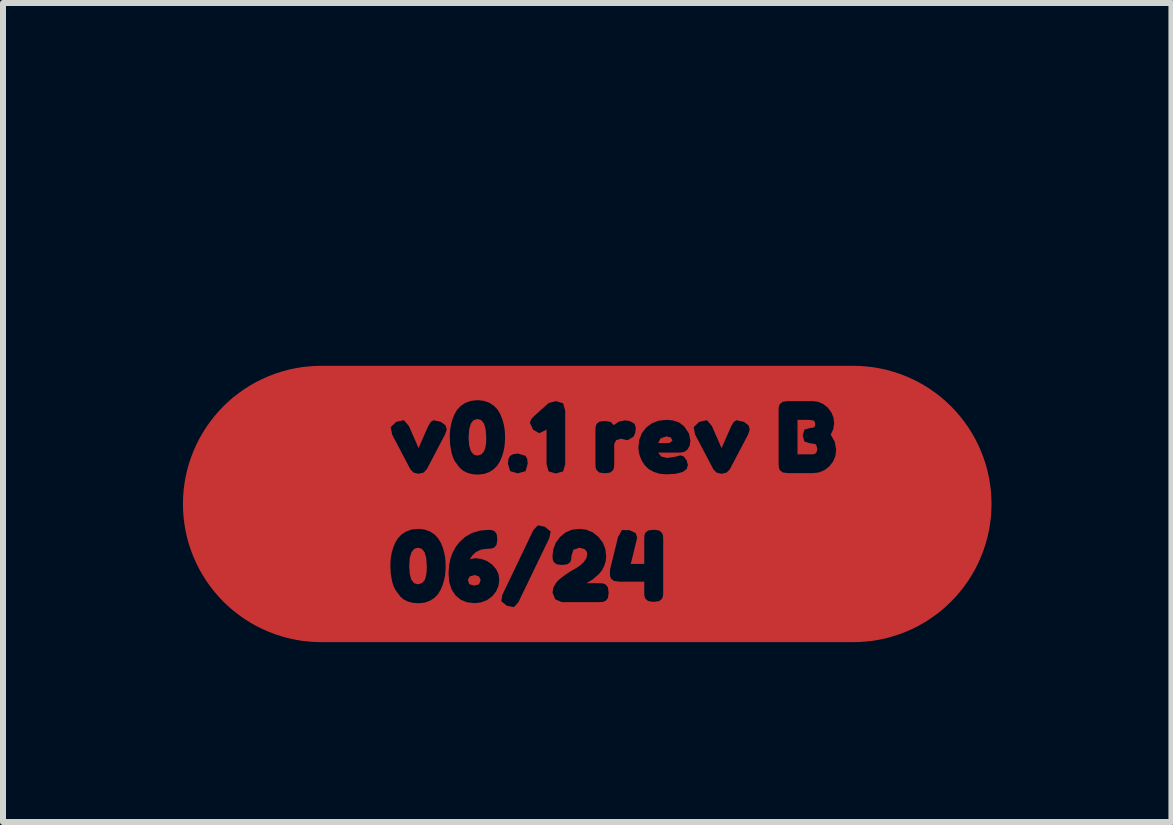
<source format=kicad_pcb>
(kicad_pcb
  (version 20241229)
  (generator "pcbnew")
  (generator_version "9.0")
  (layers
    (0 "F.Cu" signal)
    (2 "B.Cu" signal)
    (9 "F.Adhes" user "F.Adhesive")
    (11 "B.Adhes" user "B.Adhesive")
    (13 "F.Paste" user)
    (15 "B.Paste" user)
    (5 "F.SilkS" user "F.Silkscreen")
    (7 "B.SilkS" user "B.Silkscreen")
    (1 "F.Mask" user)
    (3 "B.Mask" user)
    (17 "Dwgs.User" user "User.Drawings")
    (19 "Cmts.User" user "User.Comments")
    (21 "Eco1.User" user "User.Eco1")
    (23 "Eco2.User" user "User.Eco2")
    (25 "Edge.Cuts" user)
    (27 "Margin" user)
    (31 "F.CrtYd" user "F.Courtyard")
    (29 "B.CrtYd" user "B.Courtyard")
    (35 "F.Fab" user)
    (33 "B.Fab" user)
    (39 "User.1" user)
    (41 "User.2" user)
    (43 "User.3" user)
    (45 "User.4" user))
  (footprint "kibuzzard-6678BD58"
    (layer "F.Cu")
    (at 6.741 5.353)
    (property "Reference" "kibuzzard-6678BD58" (at 0 -5.352 0) (layer "F.SilkS") (effects (font (size 0.001 0.001) (thickness 0.15))))
    (attr board_only exclude_from_pos_files exclude_from_bom)
    (fp_poly (pts (xy 1.183 -1.017) (xy 1.375 -1.017) (xy 1.421 -1.058) (xy 1.394 -1.109) (xy 1.32 -1.127) (xy 1.223 -1.094) (xy 1.183 -1.017)) (stroke (width 0) (type solid)) (fill yes) (layer "F.Cu"))
    (fp_poly (pts (xy -1.777 1.27) (xy -1.804 1.209) (xy -1.875 1.185) (xy -1.959 1.208) (xy -1.99 1.266) (xy -1.966 1.338) (xy -1.885 1.361) (xy -1.803 1.339) (xy -1.777 1.27)) (stroke (width 0) (type solid)) (fill yes) (layer "F.Cu"))
    (fp_poly (pts (xy -2.822 1.34) (xy -2.751 1.317) (xy -2.707 1.264) (xy -2.685 1.187) (xy -2.676 1.112) (xy -2.675 1.043) (xy -2.675 1.034) (xy -2.684 0.901) (xy -2.711 0.805) (xy -2.757 0.748) (xy -2.821 0.729) (xy -2.885 0.748) (xy -2.931 0.806) (xy -2.959 0.902) (xy -2.968 1.036) (xy -2.959 1.169) (xy -2.932 1.264) (xy -2.886 1.321) (xy -2.822 1.34)) (stroke (width 0) (type solid)) (fill yes) (layer "F.Cu"))
    (fp_poly (pts (xy -1.832 -0.806) (xy -1.761 -0.829) (xy -1.717 -0.882) (xy -1.694 -0.959) (xy -1.685 -1.034) (xy -1.684 -1.103) (xy -1.684 -1.112) (xy -1.693 -1.245) (xy -1.721 -1.341) (xy -1.766 -1.398) (xy -1.83 -1.417) (xy -1.895 -1.398) (xy -1.941 -1.34) (xy -1.968 -1.244) (xy -1.978 -1.11) (xy -1.969 -0.977) (xy -1.941 -0.882) (xy -1.896 -0.825) (xy -1.832 -0.806)) (stroke (width 0) (type solid)) (fill yes) (layer "F.Cu"))
    (fp_poly (pts (xy 3.506 -0.828) (xy 3.751 -0.828) (xy 3.775 -0.83) (xy 3.802 -0.839) (xy 3.827 -0.869) (xy 3.837 -0.923) (xy 3.815 -0.994) (xy 3.742 -1.01) (xy 3.72 -1.01) (xy 3.622 -1.04) (xy 3.593 -1.142) (xy 3.624 -1.241) (xy 3.729 -1.27) (xy 3.749 -1.27) (xy 3.791 -1.282) (xy 3.803 -1.335) (xy 3.785 -1.388) (xy 3.713 -1.402) (xy 3.506 -1.402) (xy 3.506 -0.828)) (stroke (width 0) (type solid)) (fill yes) (layer "F.Cu"))
    (fp_poly (pts (xy -3.293 -2.304) (xy -4.437 -2.304) (xy -4.55 -2.301) (xy -4.663 -2.292) (xy -4.775 -2.279) (xy -4.887 -2.259) (xy -4.997 -2.235) (xy -5.106 -2.204) (xy -5.213 -2.169) (xy -5.319 -2.128) (xy -5.422 -2.082) (xy -5.523 -2.032) (xy -5.621 -1.976) (xy -5.717 -1.915) (xy -5.809 -1.85) (xy -5.899 -1.781) (xy -5.984 -1.707) (xy -6.066 -1.629) (xy -6.144 -1.547) (xy -6.218 -1.461) (xy -6.287 -1.372) (xy -6.353 -1.28) (xy -6.413 -1.184) (xy -6.469 -1.086) (xy -6.52 -0.985) (xy -6.565 -0.882) (xy -6.606 -0.776) (xy -6.642 -0.669) (xy -6.672 -0.56) (xy -6.697 -0.449) (xy -6.716 -0.338) (xy -6.73 -0.226) (xy -6.738 -0.113) (xy -6.741 0) (xy -6.738 0.113) (xy -6.73 0.226) (xy -6.716 0.338) (xy -6.697 0.449) (xy -6.672 0.56) (xy -6.642 0.669) (xy -6.606 0.776) (xy -6.565 0.882) (xy -6.52 0.985) (xy -6.469 1.086) (xy -6.413 1.184) (xy -6.353 1.28) (xy -6.287 1.372) (xy -6.218 1.461) (xy -6.144 1.547) (xy -6.066 1.629) (xy -5.984 1.707) (xy -5.899 1.781) (xy -5.809 1.85) (xy -5.717 1.915) (xy -5.621 1.976) (xy -5.523 2.032) (xy -5.422 2.082) (xy -5.319 2.128) (xy -5.213 2.169) (xy -5.106 2.204) (xy -4.997 2.235) (xy -4.887 2.259) (xy -4.775 2.279) (xy -4.663 2.292) (xy -4.55 2.301) (xy -4.437 2.304) (xy -3.293 2.304) (xy -2.815 2.304) (xy -2.815 1.656) (xy -2.907 1.648) (xy -2.989 1.627) (xy -3.059 1.592) (xy -3.115 1.545) (xy -3.199 1.432) (xy -3.23 1.367) (xy -3.252 1.296) (xy -3.276 1.16) (xy -3.282 1.034) (xy -3.28 0.962) (xy -3.274 0.89) (xy -3.26 0.814) (xy -3.235 0.729) (xy -3.201 0.645) (xy -3.157 0.573) (xy -3.099 0.511) (xy -3.021 0.46) (xy -2.927 0.426) (xy -2.819 0.415) (xy -2.812 0.415) (xy -2.812 -0.504) (xy -2.895 -0.523) (xy -2.949 -0.579) (xy -3.253 -1.158) (xy -3.277 -1.281) (xy -3.185 -1.369) (xy -3.057 -1.397) (xy -2.973 -1.299) (xy -2.812 -0.931) (xy -2.651 -1.299) (xy -2.61 -1.366) (xy -2.565 -1.397) (xy -2.439 -1.369) (xy -2.363 -1.311) (xy -2.342 -1.242) (xy -2.371 -1.158) (xy -2.675 -0.579) (xy -2.729 -0.523) (xy -2.812 -0.504) (xy -2.812 0.415) (xy -2.714 0.426) (xy -2.621 0.459) (xy -2.545 0.509) (xy -2.488 0.57) (xy -2.444 0.642) (xy -2.409 0.724) (xy -2.385 0.809) (xy -2.37 0.887) (xy -2.363 0.961) (xy -2.361 1.036) (xy -2.363 1.113) (xy -2.371 1.19) (xy -2.386 1.269) (xy -2.411 1.353) (xy -2.446 1.434) (xy -2.489 1.505) (xy -2.546 1.564) (xy -2.621 1.613) (xy -2.712 1.645) (xy -2.815 1.656) (xy -2.815 2.304) (xy -1.878 2.304) (xy -1.878 1.654) (xy -2.004 1.639) (xy -2.11 1.596) (xy -2.197 1.523) (xy -2.261 1.424) (xy -2.3 1.304) (xy -2.312 1.161) (xy -2.305 1.036) (xy -2.283 0.921) (xy -2.246 0.816) (xy -2.195 0.72) (xy -2.129 0.634) (xy -2.03 0.546) (xy -1.917 0.482) (xy -1.825 0.455) (xy -1.825 -0.49) (xy -1.916 -0.497) (xy -1.998 -0.519) (xy -2.068 -0.554) (xy -2.124 -0.601) (xy -2.209 -0.714) (xy -2.239 -0.779) (xy -2.261 -0.85) (xy -2.285 -0.986) (xy -2.292 -1.112) (xy -2.29 -1.184) (xy -2.283 -1.256) (xy -2.269 -1.332) (xy -2.245 -1.417) (xy -2.21 -1.501) (xy -2.167 -1.573) (xy -2.109 -1.635) (xy -2.031 -1.686) (xy -1.936 -1.72) (xy -1.828 -1.731) (xy -1.723 -1.72) (xy -1.631 -1.687) (xy -1.555 -1.637) (xy -1.497 -1.576) (xy -1.453 -1.504) (xy -1.419 -1.421) (xy -1.394 -1.337) (xy -1.379 -1.259) (xy -1.372 -1.185) (xy -1.37 -1.11) (xy -1.373 -1.033) (xy -1.38 -0.956) (xy -1.395 -0.877) (xy -1.421 -0.793) (xy -1.455 -0.712) (xy -1.499 -0.641) (xy -1.556 -0.582) (xy -1.631 -0.533) (xy -1.721 -0.501) (xy -1.825 -0.49) (xy -1.825 0.455) (xy -1.79 0.444) (xy -1.65 0.432) (xy -1.592 0.435) (xy -1.547 0.452) (xy -1.51 0.5) (xy -1.499 0.59) (xy -1.511 0.679) (xy -1.55 0.727) (xy -1.597 0.743) (xy -1.657 0.746) (xy -1.77 0.76) (xy -1.855 0.801) (xy -1.916 0.858) (xy -1.957 0.921) (xy -1.866 0.904) (xy -1.763 0.916) (xy -1.67 0.952) (xy -1.585 1.011) (xy -1.519 1.087) (xy -1.479 1.17) (xy -1.466 1.261) (xy -1.479 1.365) (xy -1.519 1.458) (xy -1.585 1.54) (xy -1.671 1.603) (xy -1.769 1.641) (xy -1.878 1.654) (xy -1.878 2.304) (xy -1.221 2.304) (xy -1.221 1.72) (xy -1.339 1.697) (xy -1.433 1.622) (xy -1.415 1.515) (xy -1.157 0.977) (xy -1.157 -0.511) (xy -1.285 -0.547) (xy -1.322 -0.672) (xy -1.313 -0.752) (xy -1.285 -0.803) (xy -1.234 -0.831) (xy -1.155 -0.84) (xy -1.028 -0.803) (xy -1.001 -0.753) (xy -0.992 -0.674) (xy -1.029 -0.547) (xy -1.157 -0.511) (xy -1.157 0.977) (xy -0.9 0.439) (xy -0.823 0.355) (xy -0.706 0.38) (xy -0.609 0.46) (xy -0.633 0.571) (xy -1.147 1.637) (xy -1.221 1.72) (xy -1.221 2.304) (xy -0.422 2.304) (xy -0.422 1.637) (xy -0.532 1.59) (xy -0.579 1.477) (xy -0.563 1.39) (xy -0.517 1.311) (xy -0.457 1.25) (xy -0.374 1.186) (xy -0.284 1.127) (xy -0.201 1.079) (xy -0.126 1.031) (xy -0.061 0.973) (xy -0.015 0.908) (xy 0 0.842) (xy -0.006 0.797) (xy -0.044 0.752) (xy -0.13 0.729) (xy -0.231 0.764) (xy -0.264 0.871) (xy -0.267 0.926) (xy -0.283 0.97) (xy -0.331 1.006) (xy -0.422 1.017) (xy -0.512 1.005) (xy -0.56 0.966) (xy -0.576 0.918) (xy -0.579 0.859) (xy -0.565 0.75) (xy -0.524 0.647) (xy -0.524 -0.509) (xy -0.644 -0.543) (xy -0.678 -0.665) (xy -0.678 -1.245) (xy -0.695 -1.23) (xy -0.801 -1.18) (xy -0.903 -1.24) (xy -0.956 -1.354) (xy -0.936 -1.409) (xy -0.884 -1.467) (xy -0.666 -1.663) (xy -0.639 -1.685) (xy -0.522 -1.714) (xy -0.402 -1.679) (xy -0.367 -1.556) (xy -0.367 -0.664) (xy -0.402 -0.543) (xy -0.524 -0.509) (xy -0.524 0.647) (xy -0.455 0.552) (xy -0.364 0.476) (xy -0.257 0.43) (xy -0.132 0.415) (xy -0.014 0.429) (xy 0.092 0.473) (xy 0.185 0.547) (xy 0.258 0.641) (xy 0.292 0.725) (xy 0.292 -0.512) (xy 0.203 -0.524) (xy 0.156 -0.564) (xy 0.14 -0.611) (xy 0.137 -0.67) (xy 0.137 -1.23) (xy 0.14 -1.288) (xy 0.156 -1.334) (xy 0.203 -1.373) (xy 0.294 -1.385) (xy 0.393 -1.367) (xy 0.441 -1.314) (xy 0.528 -1.373) (xy 0.62 -1.393) (xy 0.671 -1.389) (xy 0.733 -1.373) (xy 0.789 -1.335) (xy 0.81 -1.27) (xy 0.801 -1.189) (xy 0.773 -1.123) (xy 0.676 -1.064) (xy 0.61 -1.076) (xy 0.568 -1.089) (xy 0.483 -1.064) (xy 0.45 -1.002) (xy 0.45 -0.667) (xy 0.447 -0.609) (xy 0.431 -0.563) (xy 0.383 -0.524) (xy 0.292 -0.512) (xy 0.292 0.725) (xy 0.301 0.748) (xy 0.316 0.868) (xy 0.308 0.955) (xy 0.282 1.036) (xy 0.244 1.109) (xy 0.194 1.17) (xy 0.089 1.26) (xy -0.014 1.321) (xy 0.201 1.321) (xy 0.26 1.324) (xy 0.306 1.342) (xy 0.345 1.39) (xy 0.357 1.481) (xy 0.345 1.569) (xy 0.306 1.616) (xy 0.257 1.633) (xy 0.197 1.637) (xy -0.422 1.637) (xy -0.422 2.304) (xy 1.107 2.304) (xy 1.107 1.632) (xy 1.018 1.62) (xy 0.97 1.58) (xy 0.954 1.533) (xy 0.951 1.474) (xy 0.951 1.295) (xy 0.534 1.295) (xy 0.445 1.283) (xy 0.397 1.244) (xy 0.38 1.197) (xy 0.378 1.137) (xy 0.383 1.082) (xy 0.515 0.548) (xy 0.579 0.435) (xy 0.709 0.437) (xy 0.809 0.487) (xy 0.833 0.562) (xy 0.726 1) (xy 0.951 1) (xy 0.951 0.579) (xy 0.954 0.523) (xy 0.97 0.478) (xy 1.019 0.441) (xy 1.111 0.43) (xy 1.2 0.442) (xy 1.247 0.482) (xy 1.264 0.53) (xy 1.267 0.588) (xy 1.267 1.476) (xy 1.264 1.535) (xy 1.246 1.582) (xy 1.198 1.62) (xy 1.107 1.632) (xy 1.107 2.304) (xy 1.322 2.304) (xy 1.322 -0.494) (xy 1.207 -0.504) (xy 1.106 -0.536) (xy 1.022 -0.584) (xy 0.959 -0.646) (xy 0.913 -0.717) (xy 0.88 -0.791) (xy 0.86 -0.867) (xy 0.853 -0.945) (xy 0.868 -1.072) (xy 0.912 -1.182) (xy 0.985 -1.276) (xy 1.081 -1.347) (xy 1.194 -1.389) (xy 1.324 -1.403) (xy 1.442 -1.391) (xy 1.54 -1.354) (xy 1.618 -1.292) (xy 1.695 -1.177) (xy 1.72 -1.057) (xy 1.708 -0.971) (xy 1.673 -0.908) (xy 1.618 -0.869) (xy 1.548 -0.856) (xy 1.183 -0.856) (xy 1.234 -0.791) (xy 1.336 -0.767) (xy 1.475 -0.789) (xy 1.554 -0.811) (xy 1.61 -0.791) (xy 1.657 -0.729) (xy 1.679 -0.65) (xy 1.657 -0.581) (xy 1.59 -0.533) (xy 1.478 -0.503) (xy 1.322 -0.494) (xy 1.322 2.304) (xy 2.24 2.304) (xy 2.24 -0.504) (xy 2.157 -0.523) (xy 2.103 -0.579) (xy 1.799 -1.158) (xy 1.775 -1.281) (xy 1.868 -1.369) (xy 1.996 -1.397) (xy 2.079 -1.299) (xy 2.24 -0.931) (xy 2.402 -1.299) (xy 2.442 -1.366) (xy 2.488 -1.397) (xy 2.613 -1.369) (xy 2.689 -1.311) (xy 2.71 -1.242) (xy 2.682 -1.158) (xy 2.378 -0.579) (xy 2.324 -0.523) (xy 2.24 -0.504) (xy 2.24 2.304) (xy 3.348 2.304) (xy 3.348 -0.514) (xy 3.258 -0.526) (xy 3.21 -0.566) (xy 3.194 -0.614) (xy 3.191 -0.674) (xy 3.191 -1.56) (xy 3.194 -1.617) (xy 3.21 -1.664) (xy 3.258 -1.704) (xy 3.349 -1.716) (xy 3.751 -1.716) (xy 3.848 -1.704) (xy 3.934 -1.667) (xy 4.01 -1.607) (xy 4.069 -1.53) (xy 4.105 -1.444) (xy 4.117 -1.348) (xy 4.103 -1.248) (xy 4.06 -1.156) (xy 4.128 -1.036) (xy 4.151 -0.904) (xy 4.138 -0.801) (xy 4.1 -0.709) (xy 4.037 -0.627) (xy 3.957 -0.565) (xy 3.868 -0.527) (xy 3.768 -0.514) (xy 3.348 -0.514) (xy 3.348 2.304) (xy 4.151 2.304) (xy 4.437 2.304) (xy 4.55 2.301) (xy 4.663 2.292) (xy 4.775 2.279) (xy 4.887 2.259) (xy 4.997 2.235) (xy 5.106 2.204) (xy 5.213 2.169) (xy 5.319 2.128) (xy 5.422 2.082) (xy 5.523 2.032) (xy 5.621 1.976) (xy 5.717 1.915) (xy 5.809 1.85) (xy 5.899 1.781) (xy 5.984 1.707) (xy 6.066 1.629) (xy 6.144 1.547) (xy 6.218 1.461) (xy 6.287 1.372) (xy 6.353 1.28) (xy 6.413 1.184) (xy 6.469 1.086) (xy 6.52 0.985) (xy 6.565 0.882) (xy 6.606 0.776) (xy 6.642 0.669) (xy 6.672 0.56) (xy 6.697 0.449) (xy 6.716 0.338) (xy 6.73 0.226) (xy 6.738 0.113) (xy 6.741 0) (xy 6.738 -0.113) (xy 6.73 -0.226) (xy 6.716 -0.338) (xy 6.697 -0.449) (xy 6.672 -0.56) (xy 6.642 -0.669) (xy 6.606 -0.776) (xy 6.565 -0.882) (xy 6.52 -0.985) (xy 6.469 -1.086) (xy 6.413 -1.184) (xy 6.353 -1.28) (xy 6.287 -1.372) (xy 6.218 -1.461) (xy 6.144 -1.547) (xy 6.066 -1.629) (xy 5.984 -1.707) (xy 5.899 -1.781) (xy 5.809 -1.85) (xy 5.717 -1.915) (xy 5.621 -1.976) (xy 5.523 -2.032) (xy 5.422 -2.082) (xy 5.319 -2.128) (xy 5.213 -2.169) (xy 5.106 -2.204) (xy 4.997 -2.235) (xy 4.887 -2.259) (xy 4.775 -2.279) (xy 4.663 -2.292) (xy 4.55 -2.301) (xy 4.437 -2.304) (xy 4.151 -2.304) (xy -3.293 -2.304)) (stroke (width 0) (type solid)) (fill yes) (layer "F.Cu"))
    (fp_poly (pts (xy 1.183 -1.017) (xy 1.375 -1.017) (xy 1.421 -1.058) (xy 1.394 -1.109) (xy 1.32 -1.127) (xy 1.223 -1.094) (xy 1.183 -1.017)) (stroke (width 0) (type solid)) (fill yes) (layer "F.Mask"))
    (fp_poly (pts (xy -1.777 1.27) (xy -1.804 1.209) (xy -1.875 1.185) (xy -1.959 1.208) (xy -1.99 1.266) (xy -1.966 1.338) (xy -1.885 1.361) (xy -1.803 1.339) (xy -1.777 1.27)) (stroke (width 0) (type solid)) (fill yes) (layer "F.Mask"))
    (fp_poly (pts (xy -2.822 1.34) (xy -2.751 1.317) (xy -2.707 1.264) (xy -2.685 1.187) (xy -2.676 1.112) (xy -2.675 1.043) (xy -2.675 1.034) (xy -2.684 0.901) (xy -2.711 0.805) (xy -2.757 0.748) (xy -2.821 0.729) (xy -2.885 0.748) (xy -2.931 0.806) (xy -2.959 0.902) (xy -2.968 1.036) (xy -2.959 1.169) (xy -2.932 1.264) (xy -2.886 1.321) (xy -2.822 1.34)) (stroke (width 0) (type solid)) (fill yes) (layer "F.Mask"))
    (fp_poly (pts (xy -1.832 -0.806) (xy -1.761 -0.829) (xy -1.717 -0.882) (xy -1.694 -0.959) (xy -1.685 -1.034) (xy -1.684 -1.103) (xy -1.684 -1.112) (xy -1.693 -1.245) (xy -1.721 -1.341) (xy -1.766 -1.398) (xy -1.83 -1.417) (xy -1.895 -1.398) (xy -1.941 -1.34) (xy -1.968 -1.244) (xy -1.978 -1.11) (xy -1.969 -0.977) (xy -1.941 -0.882) (xy -1.896 -0.825) (xy -1.832 -0.806)) (stroke (width 0) (type solid)) (fill yes) (layer "F.Mask"))
    (fp_poly (pts (xy 3.506 -0.828) (xy 3.751 -0.828) (xy 3.775 -0.83) (xy 3.802 -0.839) (xy 3.827 -0.869) (xy 3.837 -0.923) (xy 3.815 -0.994) (xy 3.742 -1.01) (xy 3.72 -1.01) (xy 3.622 -1.04) (xy 3.593 -1.142) (xy 3.624 -1.241) (xy 3.729 -1.27) (xy 3.749 -1.27) (xy 3.791 -1.282) (xy 3.803 -1.335) (xy 3.785 -1.388) (xy 3.713 -1.402) (xy 3.506 -1.402) (xy 3.506 -0.828)) (stroke (width 0) (type solid)) (fill yes) (layer "F.Mask"))
    (fp_poly (pts (xy -3.293 -2.304) (xy -4.437 -2.304) (xy -4.55 -2.301) (xy -4.663 -2.292) (xy -4.775 -2.279) (xy -4.887 -2.259) (xy -4.997 -2.235) (xy -5.106 -2.204) (xy -5.213 -2.169) (xy -5.319 -2.128) (xy -5.422 -2.082) (xy -5.523 -2.032) (xy -5.621 -1.976) (xy -5.717 -1.915) (xy -5.809 -1.85) (xy -5.899 -1.781) (xy -5.984 -1.707) (xy -6.066 -1.629) (xy -6.144 -1.547) (xy -6.218 -1.461) (xy -6.287 -1.372) (xy -6.353 -1.28) (xy -6.413 -1.184) (xy -6.469 -1.086) (xy -6.52 -0.985) (xy -6.565 -0.882) (xy -6.606 -0.776) (xy -6.642 -0.669) (xy -6.672 -0.56) (xy -6.697 -0.449) (xy -6.716 -0.338) (xy -6.73 -0.226) (xy -6.738 -0.113) (xy -6.741 0) (xy -6.738 0.113) (xy -6.73 0.226) (xy -6.716 0.338) (xy -6.697 0.449) (xy -6.672 0.56) (xy -6.642 0.669) (xy -6.606 0.776) (xy -6.565 0.882) (xy -6.52 0.985) (xy -6.469 1.086) (xy -6.413 1.184) (xy -6.353 1.28) (xy -6.287 1.372) (xy -6.218 1.461) (xy -6.144 1.547) (xy -6.066 1.629) (xy -5.984 1.707) (xy -5.899 1.781) (xy -5.809 1.85) (xy -5.717 1.915) (xy -5.621 1.976) (xy -5.523 2.032) (xy -5.422 2.082) (xy -5.319 2.128) (xy -5.213 2.169) (xy -5.106 2.204) (xy -4.997 2.235) (xy -4.887 2.259) (xy -4.775 2.279) (xy -4.663 2.292) (xy -4.55 2.301) (xy -4.437 2.304) (xy -3.293 2.304) (xy -2.815 2.304) (xy -2.815 1.656) (xy -2.907 1.648) (xy -2.989 1.627) (xy -3.059 1.592) (xy -3.115 1.545) (xy -3.199 1.432) (xy -3.23 1.367) (xy -3.252 1.296) (xy -3.276 1.16) (xy -3.282 1.034) (xy -3.28 0.962) (xy -3.274 0.89) (xy -3.26 0.814) (xy -3.235 0.729) (xy -3.201 0.645) (xy -3.157 0.573) (xy -3.099 0.511) (xy -3.021 0.46) (xy -2.927 0.426) (xy -2.819 0.415) (xy -2.812 0.415) (xy -2.812 -0.504) (xy -2.895 -0.523) (xy -2.949 -0.579) (xy -3.253 -1.158) (xy -3.277 -1.281) (xy -3.185 -1.369) (xy -3.057 -1.397) (xy -2.973 -1.299) (xy -2.812 -0.931) (xy -2.651 -1.299) (xy -2.61 -1.366) (xy -2.565 -1.397) (xy -2.439 -1.369) (xy -2.363 -1.311) (xy -2.342 -1.242) (xy -2.371 -1.158) (xy -2.675 -0.579) (xy -2.729 -0.523) (xy -2.812 -0.504) (xy -2.812 0.415) (xy -2.714 0.426) (xy -2.621 0.459) (xy -2.545 0.509) (xy -2.488 0.57) (xy -2.444 0.642) (xy -2.409 0.724) (xy -2.385 0.809) (xy -2.37 0.887) (xy -2.363 0.961) (xy -2.361 1.036) (xy -2.363 1.113) (xy -2.371 1.19) (xy -2.386 1.269) (xy -2.411 1.353) (xy -2.446 1.434) (xy -2.489 1.505) (xy -2.546 1.564) (xy -2.621 1.613) (xy -2.712 1.645) (xy -2.815 1.656) (xy -2.815 2.304) (xy -1.878 2.304) (xy -1.878 1.654) (xy -2.004 1.639) (xy -2.11 1.596) (xy -2.197 1.523) (xy -2.261 1.424) (xy -2.3 1.304) (xy -2.312 1.161) (xy -2.305 1.036) (xy -2.283 0.921) (xy -2.246 0.816) (xy -2.195 0.72) (xy -2.129 0.634) (xy -2.03 0.546) (xy -1.917 0.482) (xy -1.825 0.455) (xy -1.825 -0.49) (xy -1.916 -0.497) (xy -1.998 -0.519) (xy -2.068 -0.554) (xy -2.124 -0.601) (xy -2.209 -0.714) (xy -2.239 -0.779) (xy -2.261 -0.85) (xy -2.285 -0.986) (xy -2.292 -1.112) (xy -2.29 -1.184) (xy -2.283 -1.256) (xy -2.269 -1.332) (xy -2.245 -1.417) (xy -2.21 -1.501) (xy -2.167 -1.573) (xy -2.109 -1.635) (xy -2.031 -1.686) (xy -1.936 -1.72) (xy -1.828 -1.731) (xy -1.723 -1.72) (xy -1.631 -1.687) (xy -1.555 -1.637) (xy -1.497 -1.576) (xy -1.453 -1.504) (xy -1.419 -1.421) (xy -1.394 -1.337) (xy -1.379 -1.259) (xy -1.372 -1.185) (xy -1.37 -1.11) (xy -1.373 -1.033) (xy -1.38 -0.956) (xy -1.395 -0.877) (xy -1.421 -0.793) (xy -1.455 -0.712) (xy -1.499 -0.641) (xy -1.556 -0.582) (xy -1.631 -0.533) (xy -1.721 -0.501) (xy -1.825 -0.49) (xy -1.825 0.455) (xy -1.79 0.444) (xy -1.65 0.432) (xy -1.592 0.435) (xy -1.547 0.452) (xy -1.51 0.5) (xy -1.499 0.59) (xy -1.511 0.679) (xy -1.55 0.727) (xy -1.597 0.743) (xy -1.657 0.746) (xy -1.77 0.76) (xy -1.855 0.801) (xy -1.916 0.858) (xy -1.957 0.921) (xy -1.866 0.904) (xy -1.763 0.916) (xy -1.67 0.952) (xy -1.585 1.011) (xy -1.519 1.087) (xy -1.479 1.17) (xy -1.466 1.261) (xy -1.479 1.365) (xy -1.519 1.458) (xy -1.585 1.54) (xy -1.671 1.603) (xy -1.769 1.641) (xy -1.878 1.654) (xy -1.878 2.304) (xy -1.221 2.304) (xy -1.221 1.72) (xy -1.339 1.697) (xy -1.433 1.622) (xy -1.415 1.515) (xy -1.157 0.977) (xy -1.157 -0.511) (xy -1.285 -0.547) (xy -1.322 -0.672) (xy -1.313 -0.752) (xy -1.285 -0.803) (xy -1.234 -0.831) (xy -1.155 -0.84) (xy -1.028 -0.803) (xy -1.001 -0.753) (xy -0.992 -0.674) (xy -1.029 -0.547) (xy -1.157 -0.511) (xy -1.157 0.977) (xy -0.9 0.439) (xy -0.823 0.355) (xy -0.706 0.38) (xy -0.609 0.46) (xy -0.633 0.571) (xy -1.147 1.637) (xy -1.221 1.72) (xy -1.221 2.304) (xy -0.422 2.304) (xy -0.422 1.637) (xy -0.532 1.59) (xy -0.579 1.477) (xy -0.563 1.39) (xy -0.517 1.311) (xy -0.457 1.25) (xy -0.374 1.186) (xy -0.284 1.127) (xy -0.201 1.079) (xy -0.126 1.031) (xy -0.061 0.973) (xy -0.015 0.908) (xy 0 0.842) (xy -0.006 0.797) (xy -0.044 0.752) (xy -0.13 0.729) (xy -0.231 0.764) (xy -0.264 0.871) (xy -0.267 0.926) (xy -0.283 0.97) (xy -0.331 1.006) (xy -0.422 1.017) (xy -0.512 1.005) (xy -0.56 0.966) (xy -0.576 0.918) (xy -0.579 0.859) (xy -0.565 0.75) (xy -0.524 0.647) (xy -0.524 -0.509) (xy -0.644 -0.543) (xy -0.678 -0.665) (xy -0.678 -1.245) (xy -0.695 -1.23) (xy -0.801 -1.18) (xy -0.903 -1.24) (xy -0.956 -1.354) (xy -0.936 -1.409) (xy -0.884 -1.467) (xy -0.666 -1.663) (xy -0.639 -1.685) (xy -0.522 -1.714) (xy -0.402 -1.679) (xy -0.367 -1.556) (xy -0.367 -0.664) (xy -0.402 -0.543) (xy -0.524 -0.509) (xy -0.524 0.647) (xy -0.455 0.552) (xy -0.364 0.476) (xy -0.257 0.43) (xy -0.132 0.415) (xy -0.014 0.429) (xy 0.092 0.473) (xy 0.185 0.547) (xy 0.258 0.641) (xy 0.292 0.725) (xy 0.292 -0.512) (xy 0.203 -0.524) (xy 0.156 -0.564) (xy 0.14 -0.611) (xy 0.137 -0.67) (xy 0.137 -1.23) (xy 0.14 -1.288) (xy 0.156 -1.334) (xy 0.203 -1.373) (xy 0.294 -1.385) (xy 0.393 -1.367) (xy 0.441 -1.314) (xy 0.528 -1.373) (xy 0.62 -1.393) (xy 0.671 -1.389) (xy 0.733 -1.373) (xy 0.789 -1.335) (xy 0.81 -1.27) (xy 0.801 -1.189) (xy 0.773 -1.123) (xy 0.676 -1.064) (xy 0.61 -1.076) (xy 0.568 -1.089) (xy 0.483 -1.064) (xy 0.45 -1.002) (xy 0.45 -0.667) (xy 0.447 -0.609) (xy 0.431 -0.563) (xy 0.383 -0.524) (xy 0.292 -0.512) (xy 0.292 0.725) (xy 0.301 0.748) (xy 0.316 0.868) (xy 0.308 0.955) (xy 0.282 1.036) (xy 0.244 1.109) (xy 0.194 1.17) (xy 0.089 1.26) (xy -0.014 1.321) (xy 0.201 1.321) (xy 0.26 1.324) (xy 0.306 1.342) (xy 0.345 1.39) (xy 0.357 1.481) (xy 0.345 1.569) (xy 0.306 1.616) (xy 0.257 1.633) (xy 0.197 1.637) (xy -0.422 1.637) (xy -0.422 2.304) (xy 1.107 2.304) (xy 1.107 1.632) (xy 1.018 1.62) (xy 0.97 1.58) (xy 0.954 1.533) (xy 0.951 1.474) (xy 0.951 1.295) (xy 0.534 1.295) (xy 0.445 1.283) (xy 0.397 1.244) (xy 0.38 1.197) (xy 0.378 1.137) (xy 0.383 1.082) (xy 0.515 0.548) (xy 0.579 0.435) (xy 0.709 0.437) (xy 0.809 0.487) (xy 0.833 0.562) (xy 0.726 1) (xy 0.951 1) (xy 0.951 0.579) (xy 0.954 0.523) (xy 0.97 0.478) (xy 1.019 0.441) (xy 1.111 0.43) (xy 1.2 0.442) (xy 1.247 0.482) (xy 1.264 0.53) (xy 1.267 0.588) (xy 1.267 1.476) (xy 1.264 1.535) (xy 1.246 1.582) (xy 1.198 1.62) (xy 1.107 1.632) (xy 1.107 2.304) (xy 1.322 2.304) (xy 1.322 -0.494) (xy 1.207 -0.504) (xy 1.106 -0.536) (xy 1.022 -0.584) (xy 0.959 -0.646) (xy 0.913 -0.717) (xy 0.88 -0.791) (xy 0.86 -0.867) (xy 0.853 -0.945) (xy 0.868 -1.072) (xy 0.912 -1.182) (xy 0.985 -1.276) (xy 1.081 -1.347) (xy 1.194 -1.389) (xy 1.324 -1.403) (xy 1.442 -1.391) (xy 1.54 -1.354) (xy 1.618 -1.292) (xy 1.695 -1.177) (xy 1.72 -1.057) (xy 1.708 -0.971) (xy 1.673 -0.908) (xy 1.618 -0.869) (xy 1.548 -0.856) (xy 1.183 -0.856) (xy 1.234 -0.791) (xy 1.336 -0.767) (xy 1.475 -0.789) (xy 1.554 -0.811) (xy 1.61 -0.791) (xy 1.657 -0.729) (xy 1.679 -0.65) (xy 1.657 -0.581) (xy 1.59 -0.533) (xy 1.478 -0.503) (xy 1.322 -0.494) (xy 1.322 2.304) (xy 2.24 2.304) (xy 2.24 -0.504) (xy 2.157 -0.523) (xy 2.103 -0.579) (xy 1.799 -1.158) (xy 1.775 -1.281) (xy 1.868 -1.369) (xy 1.996 -1.397) (xy 2.079 -1.299) (xy 2.24 -0.931) (xy 2.402 -1.299) (xy 2.442 -1.366) (xy 2.488 -1.397) (xy 2.613 -1.369) (xy 2.689 -1.311) (xy 2.71 -1.242) (xy 2.682 -1.158) (xy 2.378 -0.579) (xy 2.324 -0.523) (xy 2.24 -0.504) (xy 2.24 2.304) (xy 3.348 2.304) (xy 3.348 -0.514) (xy 3.258 -0.526) (xy 3.21 -0.566) (xy 3.194 -0.614) (xy 3.191 -0.674) (xy 3.191 -1.56) (xy 3.194 -1.617) (xy 3.21 -1.664) (xy 3.258 -1.704) (xy 3.349 -1.716) (xy 3.751 -1.716) (xy 3.848 -1.704) (xy 3.934 -1.667) (xy 4.01 -1.607) (xy 4.069 -1.53) (xy 4.105 -1.444) (xy 4.117 -1.348) (xy 4.103 -1.248) (xy 4.06 -1.156) (xy 4.128 -1.036) (xy 4.151 -0.904) (xy 4.138 -0.801) (xy 4.1 -0.709) (xy 4.037 -0.627) (xy 3.957 -0.565) (xy 3.868 -0.527) (xy 3.768 -0.514) (xy 3.348 -0.514) (xy 3.348 2.304) (xy 4.151 2.304) (xy 4.437 2.304) (xy 4.55 2.301) (xy 4.663 2.292) (xy 4.775 2.279) (xy 4.887 2.259) (xy 4.997 2.235) (xy 5.106 2.204) (xy 5.213 2.169) (xy 5.319 2.128) (xy 5.422 2.082) (xy 5.523 2.032) (xy 5.621 1.976) (xy 5.717 1.915) (xy 5.809 1.85) (xy 5.899 1.781) (xy 5.984 1.707) (xy 6.066 1.629) (xy 6.144 1.547) (xy 6.218 1.461) (xy 6.287 1.372) (xy 6.353 1.28) (xy 6.413 1.184) (xy 6.469 1.086) (xy 6.52 0.985) (xy 6.565 0.882) (xy 6.606 0.776) (xy 6.642 0.669) (xy 6.672 0.56) (xy 6.697 0.449) (xy 6.716 0.338) (xy 6.73 0.226) (xy 6.738 0.113) (xy 6.741 0) (xy 6.738 -0.113) (xy 6.73 -0.226) (xy 6.716 -0.338) (xy 6.697 -0.449) (xy 6.672 -0.56) (xy 6.642 -0.669) (xy 6.606 -0.776) (xy 6.565 -0.882) (xy 6.52 -0.985) (xy 6.469 -1.086) (xy 6.413 -1.184) (xy 6.353 -1.28) (xy 6.287 -1.372) (xy 6.218 -1.461) (xy 6.144 -1.547) (xy 6.066 -1.629) (xy 5.984 -1.707) (xy 5.899 -1.781) (xy 5.809 -1.85) (xy 5.717 -1.915) (xy 5.621 -1.976) (xy 5.523 -2.032) (xy 5.422 -2.082) (xy 5.319 -2.128) (xy 5.213 -2.169) (xy 5.106 -2.204) (xy 4.997 -2.235) (xy 4.887 -2.259) (xy 4.775 -2.279) (xy 4.663 -2.292) (xy 4.55 -2.301) (xy 4.437 -2.304) (xy 4.151 -2.304) (xy -3.293 -2.304)) (stroke (width 0) (type solid)) (fill yes) (layer "F.Mask")))
  (gr_rect
    (start -3 -3)
    (end 16.482 10.656)
    (stroke (width 0.1) (type default))
    (fill no)
    (layer "Edge.Cuts")))
</source>
